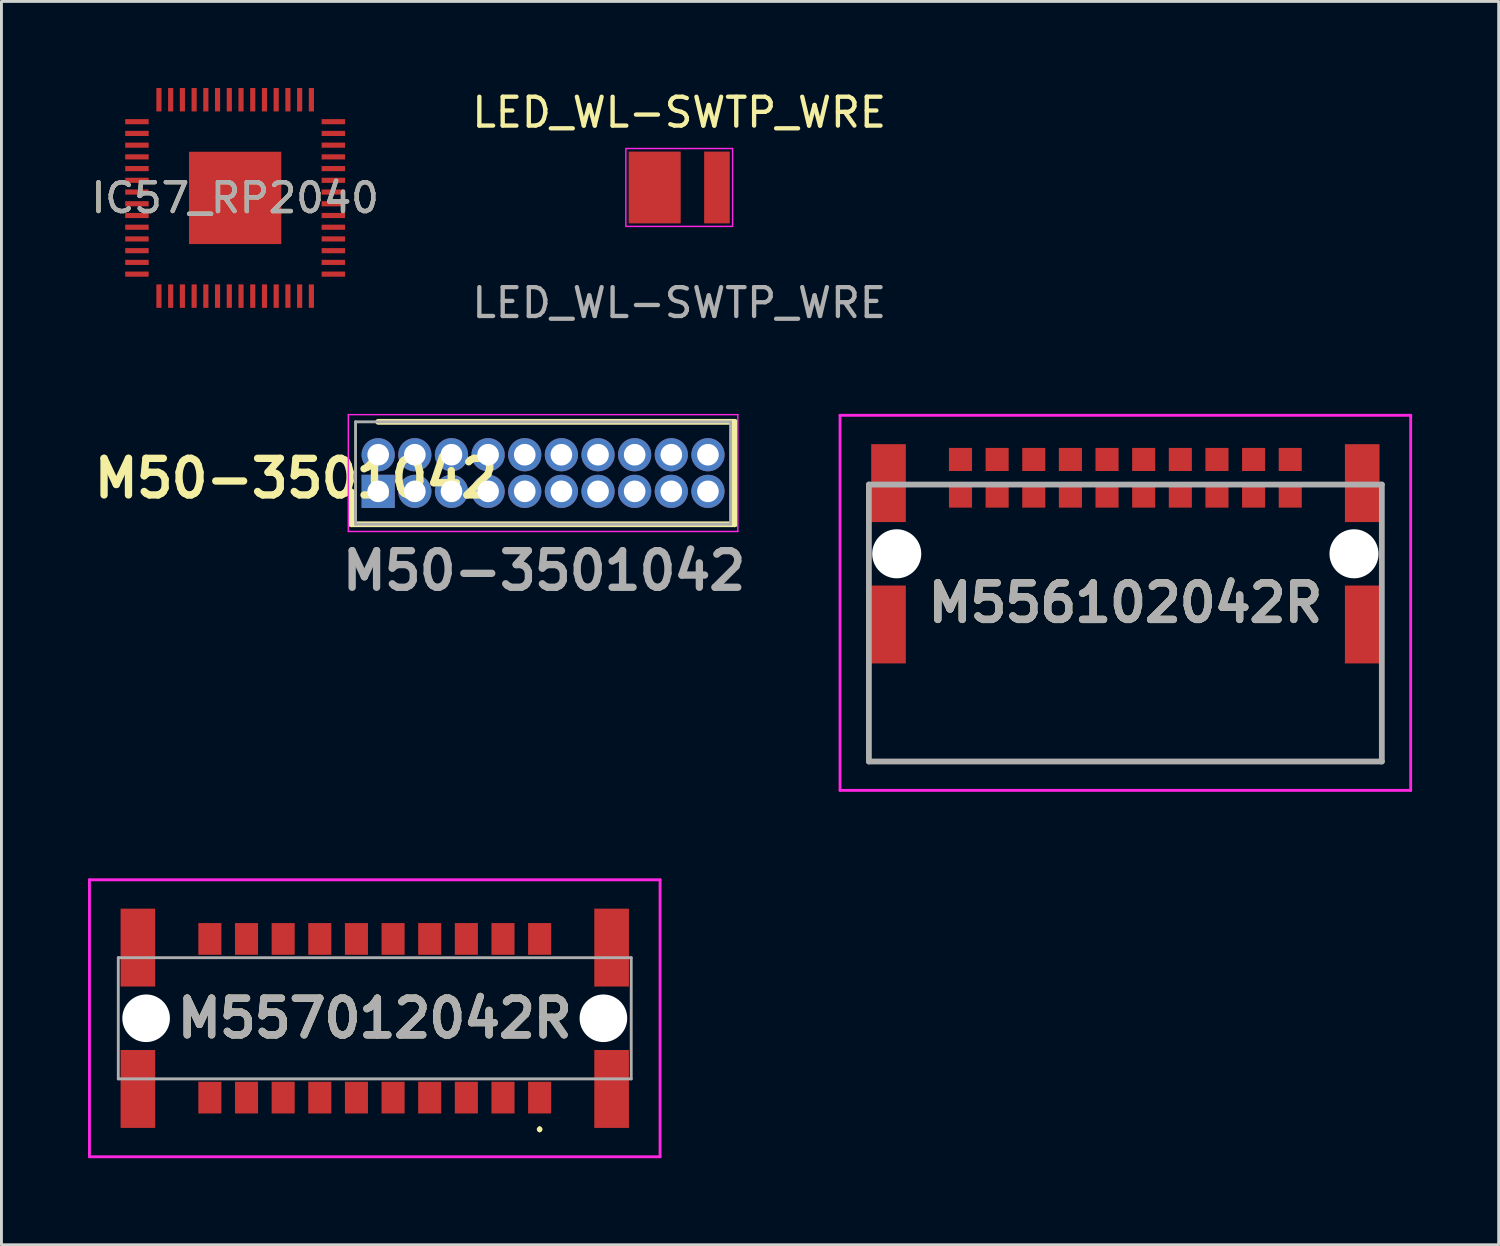
<source format=kicad_pcb>
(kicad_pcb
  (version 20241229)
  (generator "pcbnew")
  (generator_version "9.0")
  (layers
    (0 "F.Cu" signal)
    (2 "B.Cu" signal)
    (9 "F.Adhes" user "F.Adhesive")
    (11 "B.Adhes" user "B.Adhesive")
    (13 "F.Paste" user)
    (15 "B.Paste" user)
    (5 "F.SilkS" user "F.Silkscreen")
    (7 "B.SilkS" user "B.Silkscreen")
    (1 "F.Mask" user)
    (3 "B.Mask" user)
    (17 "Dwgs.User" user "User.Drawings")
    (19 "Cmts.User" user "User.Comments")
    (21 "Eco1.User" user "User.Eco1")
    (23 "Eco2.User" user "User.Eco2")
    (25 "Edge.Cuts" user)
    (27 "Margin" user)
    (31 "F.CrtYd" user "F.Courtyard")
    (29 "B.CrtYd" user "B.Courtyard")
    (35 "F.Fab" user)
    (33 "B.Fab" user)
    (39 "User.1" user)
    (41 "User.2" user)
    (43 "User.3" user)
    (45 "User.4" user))
  (footprint "IC57_RP2040"
    (layer "F.Cu")
    (at 5.101 3.81)
    (property "Reference" "IC57_RP2040" (at 0 0 0) (unlocked yes) (layer "F.SilkS") (effects (font (size 1 1) (thickness 0.15))))
    (attr smd)
    (fp_text user "${REFERENCE}" (at 0 0 0) (unlocked yes) (layer "F.Fab") (effects (font (size 1 1) (thickness 0.15))))
    (pad "1" smd rect (at -3.404 -2.642 90) (size 0.178 0.813) (layers "F.Cu" "F.Mask" "F.Paste"))
    (pad "2" smd rect (at -3.404 -2.235 90) (size 0.178 0.813) (layers "F.Cu" "F.Mask" "F.Paste"))
    (pad "3" smd rect (at -3.404 -1.829 90) (size 0.178 0.813) (layers "F.Cu" "F.Mask" "F.Paste"))
    (pad "4" smd rect (at -3.404 -1.422 90) (size 0.178 0.813) (layers "F.Cu" "F.Mask" "F.Paste"))
    (pad "5" smd rect (at -3.404 -1.016 90) (size 0.178 0.813) (layers "F.Cu" "F.Mask" "F.Paste"))
    (pad "6" smd rect (at -3.404 -0.61 90) (size 0.178 0.813) (layers "F.Cu" "F.Mask" "F.Paste"))
    (pad "7" smd rect (at -3.404 -0.203 90) (size 0.178 0.813) (layers "F.Cu" "F.Mask" "F.Paste"))
    (pad "8" smd rect (at -3.404 0.203 90) (size 0.178 0.813) (layers "F.Cu" "F.Mask" "F.Paste"))
    (pad "9" smd rect (at -3.404 0.61 90) (size 0.178 0.813) (layers "F.Cu" "F.Mask" "F.Paste"))
    (pad "10" smd rect (at -3.404 1.016 90) (size 0.178 0.813) (layers "F.Cu" "F.Mask" "F.Paste"))
    (pad "11" smd rect (at -3.404 1.422 90) (size 0.178 0.813) (layers "F.Cu" "F.Mask" "F.Paste"))
    (pad "12" smd rect (at -3.404 1.829 90) (size 0.178 0.813) (layers "F.Cu" "F.Mask" "F.Paste"))
    (pad "13" smd rect (at -3.404 2.235 90) (size 0.178 0.813) (layers "F.Cu" "F.Mask" "F.Paste"))
    (pad "14" smd rect (at -3.404 2.642 90) (size 0.178 0.813) (layers "F.Cu" "F.Mask" "F.Paste"))
    (pad "15" smd rect (at -2.642 3.404) (size 0.178 0.813) (layers "F.Cu" "F.Mask" "F.Paste"))
    (pad "16" smd rect (at -2.235 3.404) (size 0.178 0.813) (layers "F.Cu" "F.Mask" "F.Paste"))
    (pad "17" smd rect (at -1.829 3.404) (size 0.178 0.813) (layers "F.Cu" "F.Mask" "F.Paste"))
    (pad "18" smd rect (at -1.422 3.404) (size 0.178 0.813) (layers "F.Cu" "F.Mask" "F.Paste"))
    (pad "19" smd rect (at -1.016 3.404) (size 0.178 0.813) (layers "F.Cu" "F.Mask" "F.Paste"))
    (pad "20" smd rect (at -0.61 3.404) (size 0.178 0.813) (layers "F.Cu" "F.Mask" "F.Paste"))
    (pad "21" smd rect (at -0.203 3.404) (size 0.178 0.813) (layers "F.Cu" "F.Mask" "F.Paste"))
    (pad "22" smd rect (at 0.203 3.404) (size 0.178 0.813) (layers "F.Cu" "F.Mask" "F.Paste"))
    (pad "23" smd rect (at 0.61 3.404) (size 0.178 0.813) (layers "F.Cu" "F.Mask" "F.Paste"))
    (pad "24" smd rect (at 1.016 3.404) (size 0.178 0.813) (layers "F.Cu" "F.Mask" "F.Paste"))
    (pad "25" smd rect (at 1.422 3.404) (size 0.178 0.813) (layers "F.Cu" "F.Mask" "F.Paste"))
    (pad "26" smd rect (at 1.829 3.404) (size 0.178 0.813) (layers "F.Cu" "F.Mask" "F.Paste"))
    (pad "27" smd rect (at 2.235 3.404) (size 0.178 0.813) (layers "F.Cu" "F.Mask" "F.Paste"))
    (pad "28" smd rect (at 2.642 3.404) (size 0.178 0.813) (layers "F.Cu" "F.Mask" "F.Paste"))
    (pad "29" smd rect (at 3.404 2.642 90) (size 0.178 0.813) (layers "F.Cu" "F.Mask" "F.Paste"))
    (pad "30" smd rect (at 3.404 2.235 90) (size 0.178 0.813) (layers "F.Cu" "F.Mask" "F.Paste"))
    (pad "31" smd rect (at 3.404 1.829 90) (size 0.178 0.813) (layers "F.Cu" "F.Mask" "F.Paste"))
    (pad "32" smd rect (at 3.404 1.422 90) (size 0.178 0.813) (layers "F.Cu" "F.Mask" "F.Paste"))
    (pad "33" smd rect (at 3.404 1.016 90) (size 0.178 0.813) (layers "F.Cu" "F.Mask" "F.Paste"))
    (pad "34" smd rect (at 3.404 0.61 90) (size 0.178 0.813) (layers "F.Cu" "F.Mask" "F.Paste"))
    (pad "35" smd rect (at 3.404 0.203 90) (size 0.178 0.813) (layers "F.Cu" "F.Mask" "F.Paste"))
    (pad "36" smd rect (at 3.404 -0.203 90) (size 0.178 0.813) (layers "F.Cu" "F.Mask" "F.Paste"))
    (pad "37" smd rect (at 3.404 -0.61 90) (size 0.178 0.813) (layers "F.Cu" "F.Mask" "F.Paste"))
    (pad "38" smd rect (at 3.404 -1.016 90) (size 0.178 0.813) (layers "F.Cu" "F.Mask" "F.Paste"))
    (pad "39" smd rect (at 3.404 -1.422 90) (size 0.178 0.813) (layers "F.Cu" "F.Mask" "F.Paste"))
    (pad "40" smd rect (at 3.404 -1.829 90) (size 0.178 0.813) (layers "F.Cu" "F.Mask" "F.Paste"))
    (pad "41" smd rect (at 3.404 -2.235 90) (size 0.178 0.813) (layers "F.Cu" "F.Mask" "F.Paste"))
    (pad "42" smd rect (at 3.404 -2.642 90) (size 0.178 0.813) (layers "F.Cu" "F.Mask" "F.Paste"))
    (pad "43" smd rect (at 2.642 -3.404) (size 0.178 0.813) (layers "F.Cu" "F.Mask" "F.Paste"))
    (pad "44" smd rect (at 2.235 -3.404) (size 0.178 0.813) (layers "F.Cu" "F.Mask" "F.Paste"))
    (pad "45" smd rect (at 1.829 -3.404) (size 0.178 0.813) (layers "F.Cu" "F.Mask" "F.Paste"))
    (pad "46" smd rect (at 1.422 -3.404) (size 0.178 0.813) (layers "F.Cu" "F.Mask" "F.Paste"))
    (pad "47" smd rect (at 1.016 -3.404) (size 0.178 0.813) (layers "F.Cu" "F.Mask" "F.Paste"))
    (pad "48" smd rect (at 0.61 -3.404) (size 0.178 0.813) (layers "F.Cu" "F.Mask" "F.Paste"))
    (pad "49" smd rect (at 0.203 -3.404) (size 0.178 0.813) (layers "F.Cu" "F.Mask" "F.Paste"))
    (pad "50" smd rect (at -0.203 -3.404) (size 0.178 0.813) (layers "F.Cu" "F.Mask" "F.Paste"))
    (pad "51" smd rect (at -0.61 -3.404) (size 0.178 0.813) (layers "F.Cu" "F.Mask" "F.Paste"))
    (pad "52" smd rect (at -1.016 -3.404) (size 0.178 0.813) (layers "F.Cu" "F.Mask" "F.Paste"))
    (pad "53" smd rect (at -1.422 -3.404) (size 0.178 0.813) (layers "F.Cu" "F.Mask" "F.Paste"))
    (pad "54" smd rect (at -1.829 -3.404) (size 0.178 0.813) (layers "F.Cu" "F.Mask" "F.Paste"))
    (pad "55" smd rect (at -2.235 -3.404) (size 0.178 0.813) (layers "F.Cu" "F.Mask" "F.Paste"))
    (pad "56" smd rect (at -2.642 -3.404) (size 0.178 0.813) (layers "F.Cu" "F.Mask" "F.Paste"))
    (pad "57" smd rect (at 0 0) (size 3.2 3.2) (layers "F.Cu" "F.Mask" "F.Paste")))
  (footprint "M557012042R"
    (layer "F.Cu")
    (at 9.94 32.246)
    (property "Reference" "M557012042R" (at 0 0 0) (layer "F.SilkS") (effects (font (size 1.27 1.27) (thickness 0.254))))
    (attr through_hole)
    (fp_line (start 5.715 3.8) (end 5.715 3.8) (stroke (width 0.1) (type solid)) (layer "F.SilkS"))
    (fp_line (start 5.715 3.9) (end 5.715 3.9) (stroke (width 0.1) (type solid)) (layer "F.SilkS"))
    (fp_arc (start 5.715 3.8) (mid 5.765 3.85) (end 5.715 3.9) (stroke (width 0.1) (type solid)) (layer "F.SilkS"))
    (fp_arc (start 5.715 3.9) (mid 5.665 3.85) (end 5.715 3.8) (stroke (width 0.1) (type solid)) (layer "F.SilkS"))
    (fp_line (start -9.89 -4.8) (end 9.89 -4.8) (stroke (width 0.1) (type solid)) (layer "F.CrtYd"))
    (fp_line (start -9.89 4.8) (end -9.89 -4.8) (stroke (width 0.1) (type solid)) (layer "F.CrtYd"))
    (fp_line (start 9.89 -4.8) (end 9.89 4.8) (stroke (width 0.1) (type solid)) (layer "F.CrtYd"))
    (fp_line (start 9.89 4.8) (end -9.89 4.8) (stroke (width 0.1) (type solid)) (layer "F.CrtYd"))
    (fp_line (start -8.89 -2.1) (end 8.89 -2.1) (stroke (width 0.1) (type solid)) (layer "F.Fab"))
    (fp_line (start -8.89 2.1) (end -8.89 -2.1) (stroke (width 0.1) (type solid)) (layer "F.Fab"))
    (fp_line (start 8.89 -2.1) (end 8.89 2.1) (stroke (width 0.1) (type solid)) (layer "F.Fab"))
    (fp_line (start 8.89 2.1) (end -8.89 2.1) (stroke (width 0.1) (type solid)) (layer "F.Fab"))
    (fp_text user "${REFERENCE}" (at 0 0 0) (layer "F.Fab") (effects (font (size 1.27 1.27) (thickness 0.254))))
    (pad "" np_thru_hole circle (at -7.925 0) (size 1.65 1.65) (drill 1.65) (layers "*.Cu" "*.Mask"))
    (pad "" np_thru_hole circle (at 7.925 0) (size 1.65 1.65) (drill 1.65) (layers "*.Cu" "*.Mask"))
    (pad "1" smd rect (at 5.715 2.75) (size 0.8 1.1) (layers "F.Cu" "F.Mask" "F.Paste"))
    (pad "2" smd rect (at 5.715 -2.75) (size 0.8 1.1) (layers "F.Cu" "F.Mask" "F.Paste"))
    (pad "3" smd rect (at 4.445 2.75) (size 0.8 1.1) (layers "F.Cu" "F.Mask" "F.Paste"))
    (pad "4" smd rect (at 4.445 -2.75) (size 0.8 1.1) (layers "F.Cu" "F.Mask" "F.Paste"))
    (pad "5" smd rect (at 3.175 2.75) (size 0.8 1.1) (layers "F.Cu" "F.Mask" "F.Paste"))
    (pad "6" smd rect (at 3.175 -2.75) (size 0.8 1.1) (layers "F.Cu" "F.Mask" "F.Paste"))
    (pad "7" smd rect (at 1.905 2.75) (size 0.8 1.1) (layers "F.Cu" "F.Mask" "F.Paste"))
    (pad "8" smd rect (at 1.905 -2.75) (size 0.8 1.1) (layers "F.Cu" "F.Mask" "F.Paste"))
    (pad "9" smd rect (at 0.635 2.75) (size 0.8 1.1) (layers "F.Cu" "F.Mask" "F.Paste"))
    (pad "10" smd rect (at 0.635 -2.75) (size 0.8 1.1) (layers "F.Cu" "F.Mask" "F.Paste"))
    (pad "11" smd rect (at -0.635 2.75) (size 0.8 1.1) (layers "F.Cu" "F.Mask" "F.Paste"))
    (pad "12" smd rect (at -0.635 -2.75) (size 0.8 1.1) (layers "F.Cu" "F.Mask" "F.Paste"))
    (pad "13" smd rect (at -1.905 2.75) (size 0.8 1.1) (layers "F.Cu" "F.Mask" "F.Paste"))
    (pad "14" smd rect (at -1.905 -2.75) (size 0.8 1.1) (layers "F.Cu" "F.Mask" "F.Paste"))
    (pad "15" smd rect (at -3.175 2.75) (size 0.8 1.1) (layers "F.Cu" "F.Mask" "F.Paste"))
    (pad "16" smd rect (at -3.175 -2.75) (size 0.8 1.1) (layers "F.Cu" "F.Mask" "F.Paste"))
    (pad "17" smd rect (at -4.445 2.75) (size 0.8 1.1) (layers "F.Cu" "F.Mask" "F.Paste"))
    (pad "18" smd rect (at -4.445 -2.75) (size 0.8 1.1) (layers "F.Cu" "F.Mask" "F.Paste"))
    (pad "19" smd rect (at -5.715 2.75) (size 0.8 1.1) (layers "F.Cu" "F.Mask" "F.Paste"))
    (pad "20" smd rect (at -5.715 -2.75) (size 0.8 1.1) (layers "F.Cu" "F.Mask" "F.Paste"))
    (pad "MP" smd rect (at -8.21 -2.45) (size 1.2 2.7) (layers "F.Cu" "F.Mask" "F.Paste"))
    (pad "MP" smd rect (at -8.21 2.45) (size 1.2 2.7) (layers "F.Cu" "F.Mask" "F.Paste"))
    (pad "MP" smd rect (at 8.21 -2.45) (size 1.2 2.7) (layers "F.Cu" "F.Mask" "F.Paste"))
    (pad "MP" smd rect (at 8.21 2.45) (size 1.2 2.7) (layers "F.Cu" "F.Mask" "F.Paste")))
  (footprint "M556102042R"
    (layer "F.Cu")
    (at 35.958 18.111)
    (property "Reference" "M556102042R" (at 0 -0.265 0) (layer "F.SilkS") (effects (font (size 1.27 1.27) (thickness 0.254))))
    (attr through_hole)
    (fp_line (start -8.89 2.54) (end -8.89 5.08) (stroke (width 0.1) (type solid)) (layer "F.SilkS"))
    (fp_line (start -8.89 5.08) (end -8.89 5.235) (stroke (width 0.1) (type solid)) (layer "F.SilkS"))
    (fp_line (start -8.89 5.235) (end 8.89 5.235) (stroke (width 0.1) (type solid)) (layer "F.SilkS"))
    (fp_line (start 8.89 5.235) (end 8.89 2.54) (stroke (width 0.1) (type solid)) (layer "F.SilkS"))
    (fp_line (start -9.89 -6.765) (end 9.89 -6.765) (stroke (width 0.1) (type solid)) (layer "F.CrtYd"))
    (fp_line (start -9.89 6.235) (end -9.89 -6.765) (stroke (width 0.1) (type solid)) (layer "F.CrtYd"))
    (fp_line (start 9.89 -6.765) (end 9.89 6.235) (stroke (width 0.1) (type solid)) (layer "F.CrtYd"))
    (fp_line (start 9.89 6.235) (end -9.89 6.235) (stroke (width 0.1) (type solid)) (layer "F.CrtYd"))
    (fp_line (start -8.89 -4.365) (end 8.89 -4.365) (stroke (width 0.2) (type solid)) (layer "F.Fab"))
    (fp_line (start -8.89 5.235) (end -8.89 -4.365) (stroke (width 0.2) (type solid)) (layer "F.Fab"))
    (fp_line (start 8.89 -4.365) (end 8.89 5.235) (stroke (width 0.2) (type solid)) (layer "F.Fab"))
    (fp_line (start 8.89 5.235) (end -8.89 5.235) (stroke (width 0.2) (type solid)) (layer "F.Fab"))
    (fp_text user "${REFERENCE}" (at 0 -0.265 0) (layer "F.Fab") (effects (font (size 1.27 1.27) (thickness 0.254))))
    (pad "" np_thru_hole circle (at -7.925 -1.965) (size 1.7 1.7) (drill 1.7) (layers "*.Cu" "*.Mask"))
    (pad "" np_thru_hole circle (at 7.925 -1.965) (size 1.7 1.7) (drill 1.7) (layers "*.Cu" "*.Mask"))
    (pad "1" smd rect (at 5.715 -3.965 90) (size 0.8 0.8) (layers "F.Cu" "F.Mask" "F.Paste"))
    (pad "2" smd rect (at 5.715 -5.235 90) (size 0.8 0.8) (layers "F.Cu" "F.Mask" "F.Paste"))
    (pad "3" smd rect (at 4.445 -3.965 90) (size 0.8 0.8) (layers "F.Cu" "F.Mask" "F.Paste"))
    (pad "4" smd rect (at 4.445 -5.235 90) (size 0.8 0.8) (layers "F.Cu" "F.Mask" "F.Paste"))
    (pad "5" smd rect (at 3.175 -3.965 90) (size 0.8 0.8) (layers "F.Cu" "F.Mask" "F.Paste"))
    (pad "6" smd rect (at 3.175 -5.235 270) (size 0.8 0.8) (layers "F.Cu" "F.Mask" "F.Paste"))
    (pad "7" smd rect (at 1.905 -3.965 90) (size 0.8 0.8) (layers "F.Cu" "F.Mask" "F.Paste"))
    (pad "8" smd rect (at 1.905 -5.235 90) (size 0.8 0.8) (layers "F.Cu" "F.Mask" "F.Paste"))
    (pad "9" smd rect (at 0.635 -3.965 90) (size 0.8 0.8) (layers "F.Cu" "F.Mask" "F.Paste"))
    (pad "10" smd rect (at 0.635 -5.235 90) (size 0.8 0.8) (layers "F.Cu" "F.Mask" "F.Paste"))
    (pad "11" smd rect (at -0.635 -3.965 90) (size 0.8 0.8) (layers "F.Cu" "F.Mask" "F.Paste"))
    (pad "12" smd rect (at -0.635 -5.235 90) (size 0.8 0.8) (layers "F.Cu" "F.Mask" "F.Paste"))
    (pad "13" smd rect (at -1.905 -3.965 90) (size 0.8 0.8) (layers "F.Cu" "F.Mask" "F.Paste"))
    (pad "14" smd rect (at -1.905 -5.235 90) (size 0.8 0.8) (layers "F.Cu" "F.Mask" "F.Paste"))
    (pad "15" smd rect (at -3.175 -3.965 90) (size 0.8 0.8) (layers "F.Cu" "F.Mask" "F.Paste"))
    (pad "16" smd rect (at -3.175 -5.235 90) (size 0.8 0.8) (layers "F.Cu" "F.Mask" "F.Paste"))
    (pad "17" smd rect (at -4.445 -3.965 90) (size 0.8 0.8) (layers "F.Cu" "F.Mask" "F.Paste"))
    (pad "18" smd rect (at -4.445 -5.235 90) (size 0.8 0.8) (layers "F.Cu" "F.Mask" "F.Paste"))
    (pad "19" smd rect (at -5.715 -3.965) (size 0.8 0.8) (layers "F.Cu" "F.Mask" "F.Paste"))
    (pad "20" smd rect (at -5.715 -5.235 90) (size 0.8 0.8) (layers "F.Cu" "F.Mask" "F.Paste"))
    (pad "MP" smd rect (at -8.21 -4.415) (size 1.2 2.7) (layers "F.Cu" "F.Mask" "F.Paste"))
    (pad "MP" smd rect (at -8.21 0.485) (size 1.2 2.7) (layers "F.Cu" "F.Mask" "F.Paste"))
    (pad "MP" smd rect (at 8.21 -4.415) (size 1.2 2.7) (layers "F.Cu" "F.Mask" "F.Paste"))
    (pad "MP" smd rect (at 8.21 0.485) (size 1.2 2.7) (layers "F.Cu" "F.Mask" "F.Paste")))
  (footprint "LED_WL-SWTP_WRE"
    (layer "F.Cu")
    (at 20.494 3.448)
    (property "Reference" "LED_WL-SWTP_WRE" (at 0 -2.6 0) (unlocked yes) (layer "F.SilkS") (effects (font (size 1 1) (thickness 0.15))))
    (attr smd)
    (fp_rect (start -1.85 -1.35) (end 1.85 1.35) (stroke (width 0.05) (type default)) (fill no) (layer "F.CrtYd"))
    (fp_text user "${REFERENCE}" (at 0 4 0) (unlocked yes) (layer "F.Fab") (effects (font (size 1 1) (thickness 0.15))))
    (pad "1" smd rect (at -0.851 0) (size 1.803 2.489) (layers "F.Cu" "F.Mask" "F.Paste"))
    (pad "2" smd rect (at 1.308 0) (size 0.889 2.489) (layers "F.Cu" "F.Mask" "F.Paste")))
  (footprint "M50-3501042"
    (layer "F.Cu")
    (at 10.059 13.982)
    (property "Reference" "M50-3501042" (at -2.85 -0.45 0) (layer "F.SilkS") (effects (font (size 1.27 1.27) (thickness 0.254))))
    (attr through_hole)
    (fp_line (start -0.925 0) (end -0.925 1.14) (stroke (width 0.2) (type solid)) (layer "F.SilkS"))
    (fp_line (start -0.925 1.14) (end 12.355 1.14) (stroke (width 0.2) (type solid)) (layer "F.SilkS"))
    (fp_line (start 12.355 -2.41) (end 0 -2.41) (stroke (width 0.2) (type solid)) (layer "F.SilkS"))
    (fp_line (start 12.355 1.14) (end 12.355 -2.41) (stroke (width 0.2) (type solid)) (layer "F.SilkS"))
    (fp_line (start -1.035 -2.66) (end 12.465 -2.66) (stroke (width 0.05) (type solid)) (layer "F.CrtYd"))
    (fp_line (start -1.035 1.39) (end -1.035 -2.66) (stroke (width 0.05) (type solid)) (layer "F.CrtYd"))
    (fp_line (start 12.465 -2.66) (end 12.465 1.39) (stroke (width 0.05) (type solid)) (layer "F.CrtYd"))
    (fp_line (start 12.465 1.39) (end -1.035 1.39) (stroke (width 0.05) (type solid)) (layer "F.CrtYd"))
    (fp_line (start -0.785 -2.41) (end 12.215 -2.41) (stroke (width 0.1) (type solid)) (layer "F.Fab"))
    (fp_line (start -0.785 1.14) (end -0.785 -2.41) (stroke (width 0.1) (type solid)) (layer "F.Fab"))
    (fp_line (start 12.215 -2.41) (end 12.215 1.14) (stroke (width 0.1) (type solid)) (layer "F.Fab"))
    (fp_line (start 12.215 1.14) (end -0.785 1.14) (stroke (width 0.1) (type solid)) (layer "F.Fab"))
    (fp_text user "${REFERENCE}" (at 5.75 2.75 0) (layer "F.Fab") (effects (font (size 1.27 1.27) (thickness 0.254))))
    (pad "1" thru_hole rect (at 0 0) (size 1.15 1.15) (drill 0.75) (layers "*.Cu" "*.Mask"))
    (pad "2" thru_hole circle (at 0 -1.27) (size 1.15 1.15) (drill 0.75) (layers "*.Cu" "*.Mask"))
    (pad "3" thru_hole circle (at 1.27 0) (size 1.15 1.15) (drill 0.75) (layers "*.Cu" "*.Mask"))
    (pad "4" thru_hole circle (at 1.27 -1.27) (size 1.15 1.15) (drill 0.75) (layers "*.Cu" "*.Mask"))
    (pad "5" thru_hole circle (at 2.54 0) (size 1.15 1.15) (drill 0.75) (layers "*.Cu" "*.Mask"))
    (pad "6" thru_hole circle (at 2.54 -1.27) (size 1.15 1.15) (drill 0.75) (layers "*.Cu" "*.Mask"))
    (pad "7" thru_hole circle (at 3.81 0) (size 1.15 1.15) (drill 0.75) (layers "*.Cu" "*.Mask"))
    (pad "8" thru_hole circle (at 3.81 -1.27) (size 1.15 1.15) (drill 0.75) (layers "*.Cu" "*.Mask"))
    (pad "9" thru_hole circle (at 5.08 0) (size 1.15 1.15) (drill 0.75) (layers "*.Cu" "*.Mask"))
    (pad "10" thru_hole circle (at 5.08 -1.27) (size 1.15 1.15) (drill 0.75) (layers "*.Cu" "*.Mask"))
    (pad "11" thru_hole circle (at 6.35 0) (size 1.15 1.15) (drill 0.75) (layers "*.Cu" "*.Mask"))
    (pad "12" thru_hole circle (at 6.35 -1.27) (size 1.15 1.15) (drill 0.75) (layers "*.Cu" "*.Mask"))
    (pad "13" thru_hole circle (at 7.62 0) (size 1.15 1.15) (drill 0.75) (layers "*.Cu" "*.Mask"))
    (pad "14" thru_hole circle (at 7.62 -1.27) (size 1.15 1.15) (drill 0.75) (layers "*.Cu" "*.Mask"))
    (pad "15" thru_hole circle (at 8.89 0) (size 1.15 1.15) (drill 0.75) (layers "*.Cu" "*.Mask"))
    (pad "16" thru_hole circle (at 8.89 -1.27) (size 1.15 1.15) (drill 0.75) (layers "*.Cu" "*.Mask"))
    (pad "17" thru_hole circle (at 10.16 0) (size 1.15 1.15) (drill 0.75) (layers "*.Cu" "*.Mask"))
    (pad "18" thru_hole circle (at 10.16 -1.27) (size 1.15 1.15) (drill 0.75) (layers "*.Cu" "*.Mask"))
    (pad "19" thru_hole circle (at 11.43 0) (size 1.15 1.15) (drill 0.75) (layers "*.Cu" "*.Mask"))
    (pad "20" thru_hole circle (at 11.43 -1.27) (size 1.15 1.15) (drill 0.75) (layers "*.Cu" "*.Mask")))
  (gr_rect
    (start -3 -3)
    (end 48.898 40.096)
    (stroke (width 0.1) (type default))
    (fill no)
    (layer "Edge.Cuts")))
</source>
